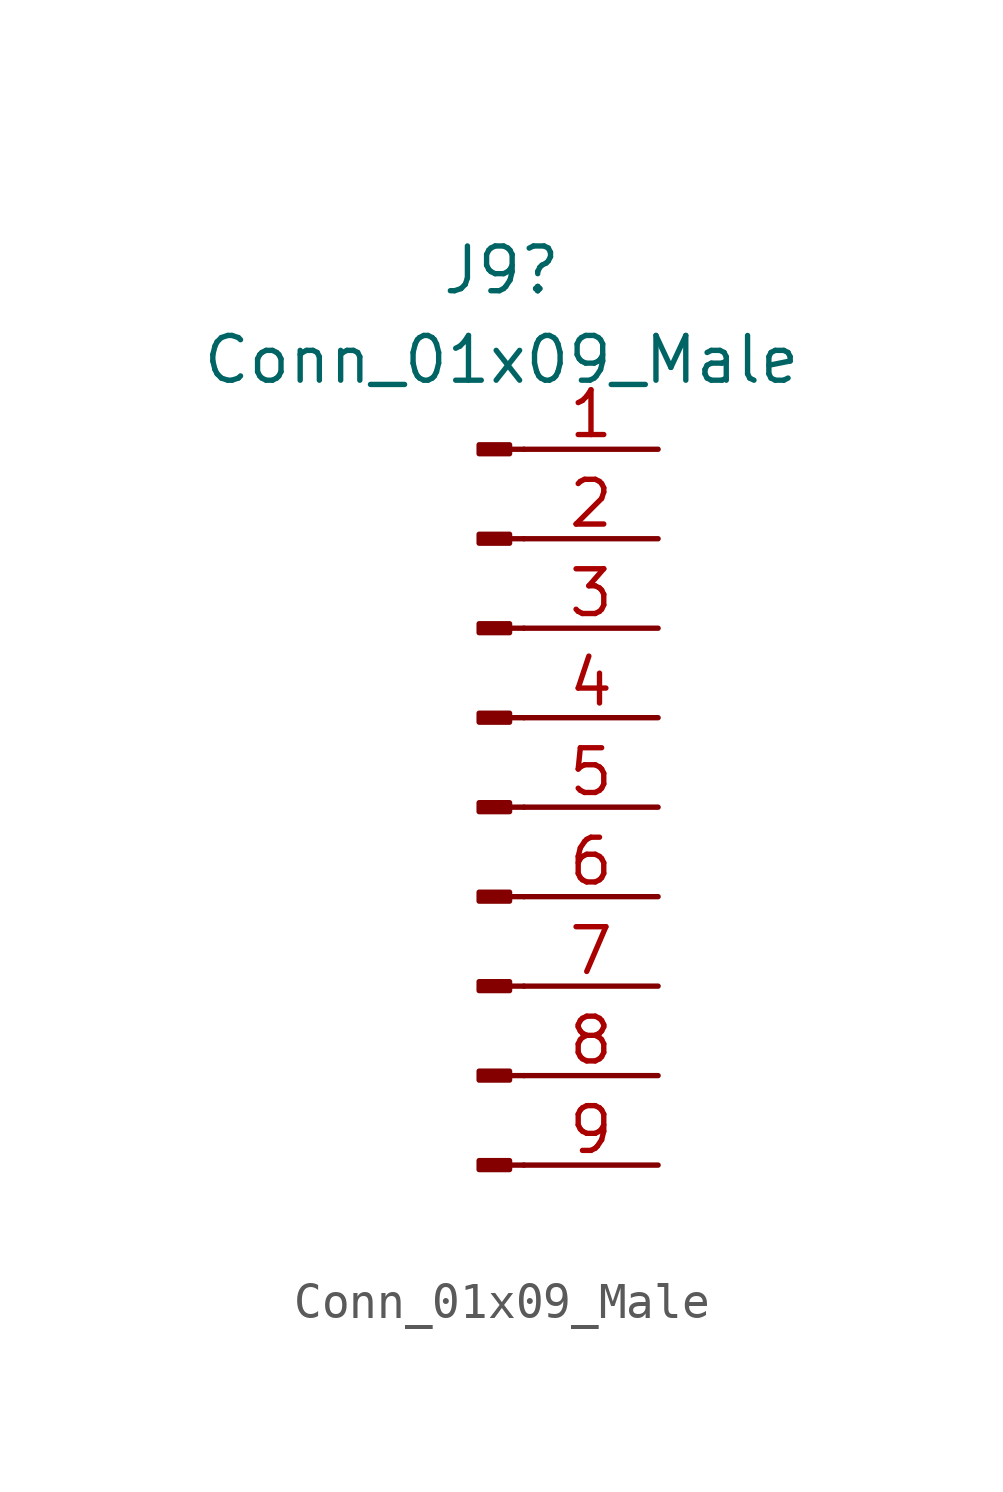
<source format=kicad_sym>
(kicad_symbol_lib
  (version 20211014)
  (generator kicad_symbol_editor)
  (symbol "Conn_01x09_Male"
    (pin_names
      (offset 1.016) hide)
    (property "Reference" "J9"
      (at 0.635 15.24 0)
      (effects (font (size 1.27 1.27))))
    (property "Value" "Conn_01x09_Male"
      (at 0.635 12.7 0)
      (effects (font (size 1.27 1.27))))
    (symbol "Conn_01x09_Male_1_1"
      (polyline (pts (xy 1.27 -10.16) (xy 0.864 -10.16)) (stroke (width 0.152) (type default) (color 0 0 0 0)) (fill (type none)))
      (polyline (pts (xy 1.27 -7.62) (xy 0.864 -7.62)) (stroke (width 0.152) (type default) (color 0 0 0 0)) (fill (type none)))
      (polyline (pts (xy 1.27 -5.08) (xy 0.864 -5.08)) (stroke (width 0.152) (type default) (color 0 0 0 0)) (fill (type none)))
      (polyline (pts (xy 1.27 -2.54) (xy 0.864 -2.54)) (stroke (width 0.152) (type default) (color 0 0 0 0)) (fill (type none)))
      (polyline (pts (xy 1.27 0) (xy 0.864 0)) (stroke (width 0.152) (type default) (color 0 0 0 0)) (fill (type none)))
      (polyline (pts (xy 1.27 2.54) (xy 0.864 2.54)) (stroke (width 0.152) (type default) (color 0 0 0 0)) (fill (type none)))
      (polyline (pts (xy 1.27 5.08) (xy 0.864 5.08)) (stroke (width 0.152) (type default) (color 0 0 0 0)) (fill (type none)))
      (polyline (pts (xy 1.27 7.62) (xy 0.864 7.62)) (stroke (width 0.152) (type default) (color 0 0 0 0)) (fill (type none)))
      (polyline (pts (xy 1.27 10.16) (xy 0.864 10.16)) (stroke (width 0.152) (type default) (color 0 0 0 0)) (fill (type none)))
      (rectangle (start 0.864 -10.033) (end 0 -10.287) (stroke (width 0.152) (type default) (color 0 0 0 0)) (fill (type outline)))
      (rectangle (start 0.864 -7.493) (end 0 -7.747) (stroke (width 0.152) (type default) (color 0 0 0 0)) (fill (type outline)))
      (rectangle (start 0.864 -4.953) (end 0 -5.207) (stroke (width 0.152) (type default) (color 0 0 0 0)) (fill (type outline)))
      (rectangle (start 0.864 -2.413) (end 0 -2.667) (stroke (width 0.152) (type default) (color 0 0 0 0)) (fill (type outline)))
      (rectangle (start 0.864 0.127) (end 0 -0.127) (stroke (width 0.152) (type default) (color 0 0 0 0)) (fill (type outline)))
      (rectangle (start 0.864 2.667) (end 0 2.413) (stroke (width 0.152) (type default) (color 0 0 0 0)) (fill (type outline)))
      (rectangle (start 0.864 5.207) (end 0 4.953) (stroke (width 0.152) (type default) (color 0 0 0 0)) (fill (type outline)))
      (rectangle (start 0.864 7.747) (end 0 7.493) (stroke (width 0.152) (type default) (color 0 0 0 0)) (fill (type outline)))
      (rectangle (start 0.864 10.287) (end 0 10.033) (stroke (width 0.152) (type default) (color 0 0 0 0)) (fill (type outline)))
      (pin power_out line (at 5.08 10.16 180) (length 3.81) (name "Pin_1" (effects (font (size 1.27 1.27)))) (number "1" (effects (font (size 1.27 1.27)))))
      (pin passive line (at 5.08 7.62 180) (length 3.81) (name "Pin_2" (effects (font (size 1.27 1.27)))) (number "2" (effects (font (size 1.27 1.27)))))
      (pin passive line (at 5.08 5.08 180) (length 3.81) (name "Pin_3" (effects (font (size 1.27 1.27)))) (number "3" (effects (font (size 1.27 1.27)))))
      (pin power_out line (at 5.08 2.54 180) (length 3.81) (name "Pin_4" (effects (font (size 1.27 1.27)))) (number "4" (effects (font (size 1.27 1.27)))))
      (pin passive line (at 5.08 0 180) (length 3.81) (name "Pin_5" (effects (font (size 1.27 1.27)))) (number "5" (effects (font (size 1.27 1.27)))))
      (pin passive line (at 5.08 -2.54 180) (length 3.81) (name "Pin_6" (effects (font (size 1.27 1.27)))) (number "6" (effects (font (size 1.27 1.27)))))
      (pin passive line (at 5.08 -5.08 180) (length 3.81) (name "Pin_7" (effects (font (size 1.27 1.27)))) (number "7" (effects (font (size 1.27 1.27)))))
      (pin passive line (at 5.08 -7.62 180) (length 3.81) (name "Pin_8" (effects (font (size 1.27 1.27)))) (number "8" (effects (font (size 1.27 1.27)))))
      (pin passive line (at 5.08 -10.16 180) (length 3.81) (name "Pin_9" (effects (font (size 1.27 1.27)))) (number "9" (effects (font (size 1.27 1.27))))))))
</source>
